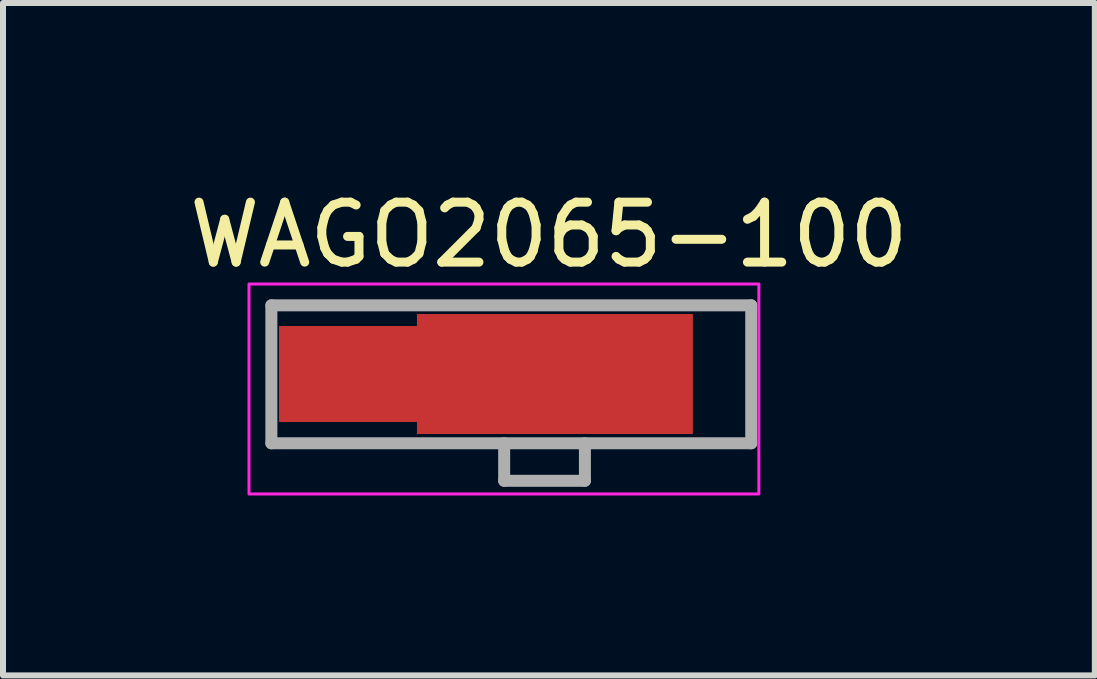
<source format=kicad_pcb>
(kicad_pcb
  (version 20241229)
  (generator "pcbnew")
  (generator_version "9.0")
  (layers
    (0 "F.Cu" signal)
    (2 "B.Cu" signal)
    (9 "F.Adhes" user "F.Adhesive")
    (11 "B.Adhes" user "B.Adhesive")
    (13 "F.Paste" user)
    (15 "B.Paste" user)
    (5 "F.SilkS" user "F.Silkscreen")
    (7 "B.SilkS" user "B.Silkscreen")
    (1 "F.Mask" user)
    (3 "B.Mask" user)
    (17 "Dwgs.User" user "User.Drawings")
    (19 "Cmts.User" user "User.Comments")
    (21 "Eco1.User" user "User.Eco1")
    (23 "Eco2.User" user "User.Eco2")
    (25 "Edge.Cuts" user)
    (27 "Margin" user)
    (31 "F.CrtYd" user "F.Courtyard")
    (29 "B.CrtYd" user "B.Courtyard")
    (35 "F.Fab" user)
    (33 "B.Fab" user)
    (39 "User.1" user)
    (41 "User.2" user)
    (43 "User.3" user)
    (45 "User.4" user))
  (footprint "WAGO2065-100"
    (layer "F.Cu")
    (at 5.601 3.185)
    (property "Reference" "WAGO2065-100" (at 0.5 -1.735 0) (layer "F.SilkS") (effects (font (size 1 1) (thickness 0.15)) (justify bottom)))
    (attr smd)
    (fp_line (start -4.127 -1.145) (end 3.873 -1.145) (stroke (width 0.1) (type solid)) (layer "F.SilkS"))
    (fp_line (start -0.246 1.155) (end -4.127 1.155) (stroke (width 0.1) (type solid)) (layer "F.SilkS"))
    (fp_line (start -0.246 1.78) (end -0.246 1.155) (stroke (width 0.1) (type solid)) (layer "F.SilkS"))
    (fp_line (start 1.1 1.155) (end 1.1 1.78) (stroke (width 0.1) (type solid)) (layer "F.SilkS"))
    (fp_line (start 1.1 1.78) (end -0.246 1.78) (stroke (width 0.1) (type solid)) (layer "F.SilkS"))
    (fp_line (start 3.873 -1.145) (end 3.873 1.155) (stroke (width 0.1) (type solid)) (layer "F.SilkS"))
    (fp_line (start 3.873 1.155) (end 1.1 1.155) (stroke (width 0.1) (type solid)) (layer "F.SilkS"))
    (fp_rect (start -4.5 -1.5) (end 4 2) (stroke (width 0.05) (type solid)) (fill no) (layer "F.CrtYd"))
    (fp_line (start -4.127 -1.145) (end 3.873 -1.145) (stroke (width 0.2) (type solid)) (layer "F.Fab"))
    (fp_line (start -4.127 1.155) (end -4.127 -1.145) (stroke (width 0.2) (type solid)) (layer "F.Fab"))
    (fp_line (start -0.246 1.78) (end -0.246 1.155) (stroke (width 0.2) (type solid)) (layer "F.Fab"))
    (fp_line (start 1.1 1.155) (end 1.1 1.78) (stroke (width 0.2) (type solid)) (layer "F.Fab"))
    (fp_line (start 1.1 1.78) (end -0.246 1.78) (stroke (width 0.2) (type solid)) (layer "F.Fab"))
    (fp_line (start 3.873 -1.145) (end 3.873 1.155) (stroke (width 0.2) (type solid)) (layer "F.Fab"))
    (fp_line (start 3.873 1.155) (end -4.127 1.155) (stroke (width 0.2) (type solid)) (layer "F.Fab"))
    (pad "1" smd custom (at 0.6 0) (size 4.6 2) (layers "F.Cu" "F.Mask" "F.Paste") (options (anchor rect)) (primitives (gr_poly (pts (xy -4.6 -0.8) (xy -2.3 -0.8) (xy -2.3 0.8) (xy -4.6 0.8)) (width 0) (fill yes)))))
  (gr_rect
    (start -3 -3)
    (end 15.202 8.21)
    (stroke (width 0.1) (type default))
    (fill no)
    (layer "Edge.Cuts")))
</source>
